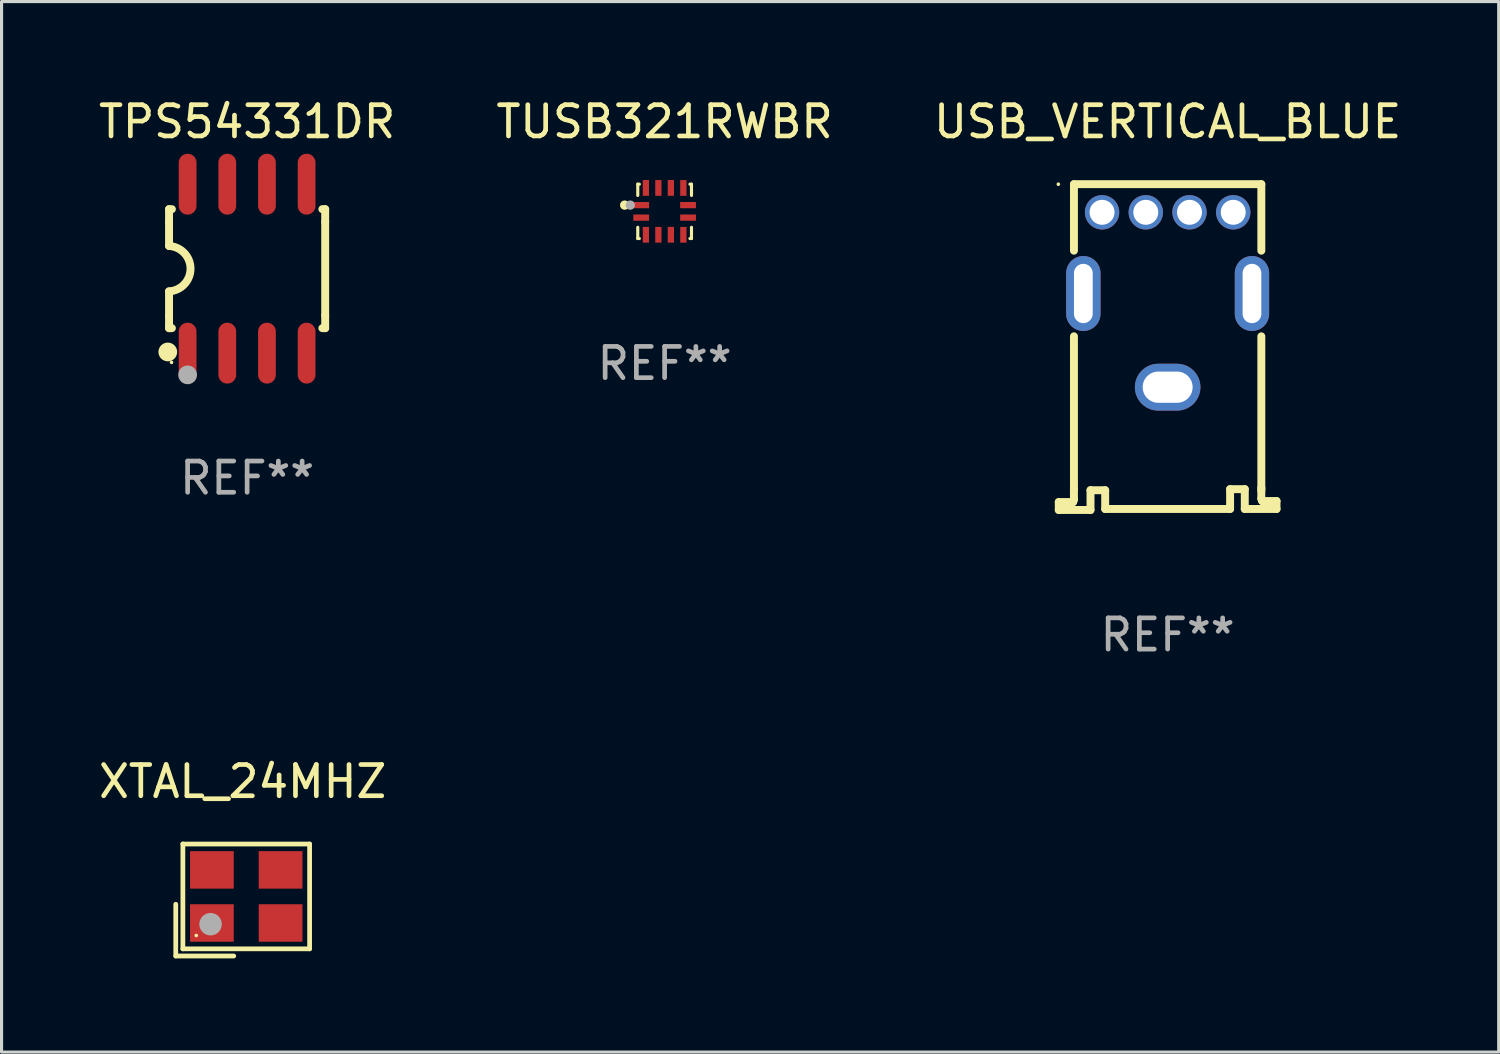
<source format=kicad_pcb>
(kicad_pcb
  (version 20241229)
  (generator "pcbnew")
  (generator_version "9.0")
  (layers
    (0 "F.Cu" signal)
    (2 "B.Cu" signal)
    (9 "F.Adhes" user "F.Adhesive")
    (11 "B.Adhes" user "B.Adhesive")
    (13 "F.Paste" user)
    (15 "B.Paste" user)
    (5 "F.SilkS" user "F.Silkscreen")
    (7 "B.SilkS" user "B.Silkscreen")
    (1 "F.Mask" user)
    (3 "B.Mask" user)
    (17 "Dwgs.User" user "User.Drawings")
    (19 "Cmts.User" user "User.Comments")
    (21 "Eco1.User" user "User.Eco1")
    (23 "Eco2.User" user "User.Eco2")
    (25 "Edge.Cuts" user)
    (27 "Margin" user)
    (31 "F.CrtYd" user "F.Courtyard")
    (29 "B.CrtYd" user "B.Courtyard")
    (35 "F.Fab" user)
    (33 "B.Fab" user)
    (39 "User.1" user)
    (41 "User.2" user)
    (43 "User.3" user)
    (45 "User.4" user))
  (footprint "USB_VERTICAL_BLUE"
    (layer "F.Cu")
    (at 34.339 6.548)
    (property "Reference" "USB_VERTICAL_BLUE" (at -0.000191 -5.7 0) (layer "F.SilkS") (effects (font (size 1 1) (thickness 0.15))))
    (attr through_hole)
    (fp_line (start -3.486 6.478) (end -3.486 6.732) (stroke (width 0.254) (type solid)) (layer "F.SilkS"))
    (fp_line (start -3.486 6.732) (end -2.47 6.732) (stroke (width 0.254) (type solid)) (layer "F.SilkS"))
    (fp_line (start -3.026 6.478) (end -3.486 6.478) (stroke (width 0.254) (type solid)) (layer "F.SilkS"))
    (fp_line (start -3.001 6.051) (end -3 6.4) (stroke (width 0.254) (type solid)) (layer "F.SilkS"))
    (fp_line (start -3 -3.7) (end -3 -1.571) (stroke (width 0.254) (type solid)) (layer "F.SilkS"))
    (fp_line (start -3 -3.7) (end 3 -3.7) (stroke (width 0.254) (type solid)) (layer "F.SilkS"))
    (fp_line (start -3 1.171) (end -3 6.065) (stroke (width 0.254) (type solid)) (layer "F.SilkS"))
    (fp_line (start -3 6.4) (end -3.026 6.478) (stroke (width 0.254) (type solid)) (layer "F.SilkS"))
    (fp_line (start -2.47 6.732) (end -2.47 6.097) (stroke (width 0.254) (type solid)) (layer "F.SilkS"))
    (fp_line (start -2 6.1) (end -2.47 6.1) (stroke (width 0.254) (type solid)) (layer "F.SilkS"))
    (fp_line (start -2 6.7) (end -2 6.1) (stroke (width 0.254) (type solid)) (layer "F.SilkS"))
    (fp_line (start 2 6.065) (end 2 6.7) (stroke (width 0.254) (type solid)) (layer "F.SilkS"))
    (fp_line (start 2 6.7) (end -2 6.7) (stroke (width 0.254) (type solid)) (layer "F.SilkS"))
    (fp_line (start 2.47 6.065) (end 2 6.065) (stroke (width 0.254) (type solid)) (layer "F.SilkS"))
    (fp_line (start 2.47 6.7) (end 2.47 6.065) (stroke (width 0.254) (type solid)) (layer "F.SilkS"))
    (fp_line (start 2.999 6.368) (end 3.026 6.446) (stroke (width 0.254) (type solid)) (layer "F.SilkS"))
    (fp_line (start 3 -3.7) (end 3 -1.571) (stroke (width 0.254) (type solid)) (layer "F.SilkS"))
    (fp_line (start 3 1.171) (end 3 6.1) (stroke (width 0.254) (type solid)) (layer "F.SilkS"))
    (fp_line (start 3 6.019) (end 2.999 6.368) (stroke (width 0.254) (type solid)) (layer "F.SilkS"))
    (fp_line (start 3.026 6.446) (end 3.486 6.446) (stroke (width 0.254) (type solid)) (layer "F.SilkS"))
    (fp_line (start 3.486 6.446) (end 3.486 6.7) (stroke (width 0.254) (type solid)) (layer "F.SilkS"))
    (fp_line (start 3.486 6.7) (end 2.47 6.7) (stroke (width 0.254) (type solid)) (layer "F.SilkS"))
    (fp_circle (center -3.5 -3.7) (end -3.47 -3.7) (stroke (width 0.06) (type solid)) (fill no) (layer "F.SilkS"))
    (fp_text user "REF**" (at -0.000191 10.732 0) (layer "F.Fab") (effects (font (size 1 1) (thickness 0.15))))
    (pad "1" thru_hole circle (at -2.1 -2.8) (size 1.1 1.1) (drill 0.8) (layers "*.Cu" "*.Mask"))
    (pad "2" thru_hole circle (at -0.7 -2.8) (size 1.1 1.1) (drill 0.8) (layers "*.Cu" "*.Mask"))
    (pad "3" thru_hole circle (at 0.7 -2.8) (size 1.1 1.1) (drill 0.8) (layers "*.Cu" "*.Mask"))
    (pad "4" thru_hole circle (at 2.1 -2.8) (size 1.1 1.1) (drill 0.8) (layers "*.Cu" "*.Mask"))
    (pad "5" thru_hole oval (at -2.7 -0.2) (size 1.1 2.4) (drill oval 0.6 1.9) (layers "*.Cu" "*.Mask"))
    (pad "6" thru_hole oval (at 0 2.8 90) (size 1.5 2.1) (drill oval 1 1.6) (layers "*.Cu" "*.Mask"))
    (pad "7" thru_hole oval (at 2.7 -0.2) (size 1.1 2.4) (drill oval 0.6 1.9) (layers "*.Cu" "*.Mask")))
  (footprint "XTAL_24MHZ"
    (layer "F.Cu")
    (at 4.835 25.655)
    (property "Reference" "XTAL_24MHZ" (at -0.114 -3.679 0) (layer "F.SilkS") (effects (font (size 1 1) (thickness 0.15))))
    (attr through_hole)
    (fp_line (start -2.257 0.25) (end -2.257 1.907) (stroke (width 0.152) (type solid)) (layer "F.SilkS"))
    (fp_line (start -2.257 1.907) (end -0.4 1.907) (stroke (width 0.152) (type solid)) (layer "F.SilkS"))
    (fp_line (start -2.029 -1.679) (end 2.029 -1.679) (stroke (width 0.152) (type solid)) (layer "F.SilkS"))
    (fp_line (start -2.029 1.678) (end -2.029 -1.679) (stroke (width 0.152) (type solid)) (layer "F.SilkS"))
    (fp_line (start 2.029 -1.679) (end 2.029 1.678) (stroke (width 0.152) (type solid)) (layer "F.SilkS"))
    (fp_line (start 2.029 1.678) (end -2.029 1.678) (stroke (width 0.152) (type solid)) (layer "F.SilkS"))
    (fp_circle (center -1.6 1.25) (end -1.57 1.25) (stroke (width 0.06) (type solid)) (fill no) (layer "F.SilkS"))
    (fp_circle (center -1.143 0.889) (end -0.963 0.889) (stroke (width 0.36) (type solid)) (fill no) (layer "F.Fab"))
    (pad "1" smd rect (at -1.1 0.85) (size 1.4 1.2) (layers "F.Cu" "F.Mask" "F.Paste"))
    (pad "2" smd rect (at 1.1 0.85) (size 1.4 1.2) (layers "F.Cu" "F.Mask" "F.Paste"))
    (pad "3" smd rect (at 1.1 -0.85) (size 1.4 1.2) (layers "F.Cu" "F.Mask" "F.Paste"))
    (pad "4" smd rect (at -1.1 -0.85) (size 1.4 1.2) (layers "F.Cu" "F.Mask" "F.Paste")))
  (footprint "TPS54331DR"
    (layer "F.Cu")
    (at 4.863 5.553)
    (property "Reference" "TPS54331DR" (at 0 -4.705 0) (layer "F.SilkS") (effects (font (size 1 1) (thickness 0.15))))
    (attr through_hole)
    (fp_line (start -2.5 -1.905) (end -2.409 -1.905) (stroke (width 0.254) (type solid)) (layer "F.SilkS"))
    (fp_line (start -2.5 -1.5) (end -2.5 -1.905) (stroke (width 0.254) (type solid)) (layer "F.SilkS"))
    (fp_line (start -2.5 -1.5) (end -2.5 -0.726) (stroke (width 0.254) (type solid)) (layer "F.SilkS"))
    (fp_line (start -2.5 1.5) (end -2.5 0.727) (stroke (width 0.254) (type solid)) (layer "F.SilkS"))
    (fp_line (start -2.5 1.5) (end -2.5 1.905) (stroke (width 0.254) (type solid)) (layer "F.SilkS"))
    (fp_line (start -2.5 1.905) (end -2.409 1.905) (stroke (width 0.254) (type solid)) (layer "F.SilkS"))
    (fp_line (start 2.5 -1.905) (end 2.409 -1.905) (stroke (width 0.254) (type solid)) (layer "F.SilkS"))
    (fp_line (start 2.5 -1.5) (end 2.5 -1.905) (stroke (width 0.254) (type solid)) (layer "F.SilkS"))
    (fp_line (start 2.5 -1.5) (end 2.5 1.5) (stroke (width 0.254) (type solid)) (layer "F.SilkS"))
    (fp_line (start 2.5 1.5) (end 2.5 1.905) (stroke (width 0.254) (type solid)) (layer "F.SilkS"))
    (fp_line (start 2.5 1.905) (end 2.409 1.905) (stroke (width 0.254) (type solid)) (layer "F.SilkS"))
    (fp_arc (start -2.495098 -0.726289) (mid -1.812145 0.002452) (end -2.499999 0.726568) (stroke (width 0.254) (type solid)) (layer "F.SilkS"))
    (fp_circle (center -2.54 2.667) (end -2.39 2.667) (stroke (width 0.3) (type solid)) (fill no) (layer "F.SilkS"))
    (fp_circle (center -2.42 3) (end -2.39 3) (stroke (width 0.06) (type solid)) (fill no) (layer "F.SilkS"))
    (fp_circle (center -1.905 3.4) (end -1.755 3.4) (stroke (width 0.3) (type solid)) (fill no) (layer "F.Fab"))
    (fp_text user "REF**" (at 0 6.705 0) (layer "F.Fab") (effects (font (size 1 1) (thickness 0.15))))
    (pad "1" smd oval (at -1.905 2.705) (size 0.568 1.95) (layers "F.Cu" "F.Mask" "F.Paste"))
    (pad "2" smd oval (at -0.635 2.705) (size 0.568 1.95) (layers "F.Cu" "F.Mask" "F.Paste"))
    (pad "3" smd oval (at 0.635 2.705) (size 0.568 1.95) (layers "F.Cu" "F.Mask" "F.Paste"))
    (pad "4" smd oval (at 1.905 2.705) (size 0.568 1.95) (layers "F.Cu" "F.Mask" "F.Paste"))
    (pad "5" smd oval (at 1.905 -2.705) (size 0.568 1.95) (layers "F.Cu" "F.Mask" "F.Paste"))
    (pad "6" smd oval (at 0.635 -2.705) (size 0.568 1.95) (layers "F.Cu" "F.Mask" "F.Paste"))
    (pad "7" smd oval (at -0.635 -2.705) (size 0.568 1.95) (layers "F.Cu" "F.Mask" "F.Paste"))
    (pad "8" smd oval (at -1.905 -2.705) (size 0.568 1.95) (layers "F.Cu" "F.Mask" "F.Paste")))
  (footprint "TUSB321RWBR"
    (layer "F.Cu")
    (at 18.232 3.718)
    (property "Reference" "TUSB321RWBR" (at -0.000064 -2.87 0) (layer "F.SilkS") (effects (font (size 1 1) (thickness 0.15))))
    (attr through_hole)
    (fp_line (start -0.86 0.87) (end -0.86 0.51) (stroke (width 0.1) (type solid)) (layer "F.SilkS"))
    (fp_line (start -0.86 0.87) (end -0.81 0.87) (stroke (width 0.1) (type solid)) (layer "F.SilkS"))
    (fp_line (start -0.86 -0.87) (end -0.86 -0.51) (stroke (width 0.1) (type solid)) (layer "F.SilkS"))
    (fp_line (start -0.86 -0.87) (end -0.81 -0.87) (stroke (width 0.1) (type solid)) (layer "F.SilkS"))
    (fp_line (start 0.86 -0.87) (end 0.81 -0.87) (stroke (width 0.1) (type solid)) (layer "F.SilkS"))
    (fp_line (start 0.86 -0.87) (end 0.86 -0.51) (stroke (width 0.1) (type solid)) (layer "F.SilkS"))
    (fp_line (start 0.86 0.87) (end 0.86 0.51) (stroke (width 0.1) (type solid)) (layer "F.SilkS"))
    (fp_line (start 0.86 0.87) (end 0.81 0.87) (stroke (width 0.1) (type solid)) (layer "F.SilkS"))
    (fp_circle (center -1.28 -0.2) (end -1.205 -0.2) (stroke (width 0.15) (type solid)) (fill no) (layer "F.SilkS"))
    (fp_circle (center -1.1 -0.2) (end -1.025 -0.2) (stroke (width 0.15) (type solid)) (fill no) (layer "F.Fab"))
    (fp_text user "REF**" (at -0.000064 4.87 0) (layer "F.Fab") (effects (font (size 1 1) (thickness 0.15))))
    (pad "1" smd rect (at -0.75 -0.2 270) (size 0.2 0.505) (layers "F.Cu" "F.Mask" "F.Paste"))
    (pad "2" smd rect (at -0.75 0.2 270) (size 0.2 0.505) (layers "F.Cu" "F.Mask" "F.Paste"))
    (pad "3" smd rect (at -0.6 0.75 270) (size 0.505 0.2) (layers "F.Cu" "F.Mask" "F.Paste"))
    (pad "4" smd rect (at -0.2 0.75 270) (size 0.505 0.2) (layers "F.Cu" "F.Mask" "F.Paste"))
    (pad "5" smd rect (at 0.2 0.75 270) (size 0.505 0.2) (layers "F.Cu" "F.Mask" "F.Paste"))
    (pad "6" smd rect (at 0.6 0.75 270) (size 0.505 0.2) (layers "F.Cu" "F.Mask" "F.Paste"))
    (pad "7" smd rect (at 0.75 0.2 270) (size 0.2 0.505) (layers "F.Cu" "F.Mask" "F.Paste"))
    (pad "8" smd rect (at 0.75 -0.2 270) (size 0.2 0.505) (layers "F.Cu" "F.Mask" "F.Paste"))
    (pad "9" smd rect (at 0.6 -0.75 270) (size 0.505 0.2) (layers "F.Cu" "F.Mask" "F.Paste"))
    (pad "10" smd rect (at 0.2 -0.75 270) (size 0.505 0.2) (layers "F.Cu" "F.Mask" "F.Paste"))
    (pad "11" smd rect (at -0.2 -0.75 270) (size 0.505 0.2) (layers "F.Cu" "F.Mask" "F.Paste"))
    (pad "12" smd rect (at -0.6 -0.75 270) (size 0.505 0.2) (layers "F.Cu" "F.Mask" "F.Paste")))
  (gr_rect
    (start -3 -3)
    (end 44.94 30.638)
    (stroke (width 0.1) (type default))
    (fill no)
    (layer "Edge.Cuts")))
</source>
